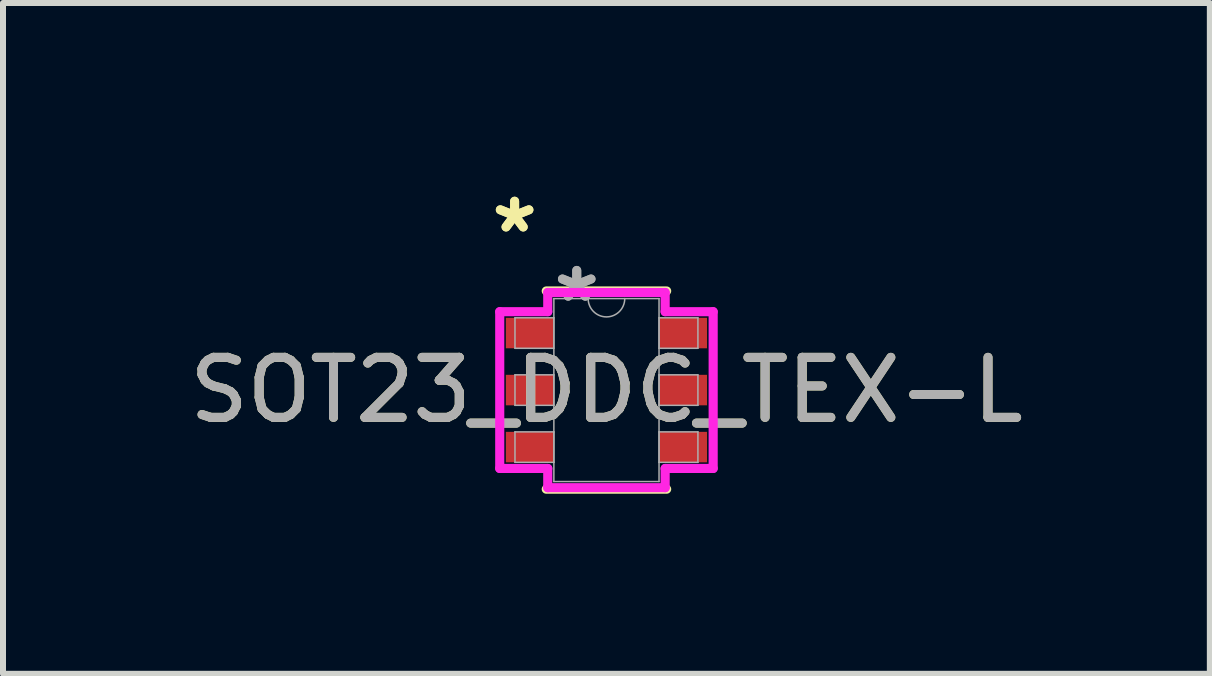
<source format=kicad_pcb>
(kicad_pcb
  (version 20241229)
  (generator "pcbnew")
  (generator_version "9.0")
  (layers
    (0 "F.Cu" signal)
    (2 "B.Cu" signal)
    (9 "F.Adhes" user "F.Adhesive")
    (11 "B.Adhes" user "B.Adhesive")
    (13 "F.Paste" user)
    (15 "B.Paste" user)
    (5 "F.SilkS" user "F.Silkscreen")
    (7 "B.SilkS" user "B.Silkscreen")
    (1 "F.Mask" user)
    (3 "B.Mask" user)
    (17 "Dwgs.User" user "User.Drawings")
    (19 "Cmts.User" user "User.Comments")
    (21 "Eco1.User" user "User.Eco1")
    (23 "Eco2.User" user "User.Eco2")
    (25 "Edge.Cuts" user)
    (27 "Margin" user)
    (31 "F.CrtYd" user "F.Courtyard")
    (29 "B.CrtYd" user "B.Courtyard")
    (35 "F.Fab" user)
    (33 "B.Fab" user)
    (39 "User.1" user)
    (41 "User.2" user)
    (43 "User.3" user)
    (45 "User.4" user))
  (footprint "SOT23_DDC_TEX-L"
    (layer "F.Cu")
    (at 7.054 3.449)
    (property "Reference" "SOT23_DDC_TEX-L" (at 0 0 0) (unlocked yes) (layer "F.SilkS") (effects (font (size 1 1) (thickness 0.15))))
    (attr smd)
    (fp_line (start -1.003 1.651) (end 1.003 1.651) (stroke (width 0.152) (type solid)) (layer "F.SilkS"))
    (fp_line (start 1.003 -1.651) (end -1.003 -1.651) (stroke (width 0.152) (type solid)) (layer "F.SilkS"))
    (fp_line (start -1.778 -1.306) (end -0.978 -1.306) (stroke (width 0.152) (type solid)) (layer "F.CrtYd"))
    (fp_line (start -1.778 1.306) (end -1.778 -1.306) (stroke (width 0.152) (type solid)) (layer "F.CrtYd"))
    (fp_line (start -1.778 1.306) (end -0.978 1.306) (stroke (width 0.152) (type solid)) (layer "F.CrtYd"))
    (fp_line (start -0.978 -1.626) (end 0.978 -1.626) (stroke (width 0.152) (type solid)) (layer "F.CrtYd"))
    (fp_line (start -0.978 -1.306) (end -0.978 -1.626) (stroke (width 0.152) (type solid)) (layer "F.CrtYd"))
    (fp_line (start -0.978 1.626) (end -0.978 1.306) (stroke (width 0.152) (type solid)) (layer "F.CrtYd"))
    (fp_line (start 0.978 -1.626) (end 0.978 -1.306) (stroke (width 0.152) (type solid)) (layer "F.CrtYd"))
    (fp_line (start 0.978 1.306) (end 0.978 1.626) (stroke (width 0.152) (type solid)) (layer "F.CrtYd"))
    (fp_line (start 0.978 1.626) (end -0.978 1.626) (stroke (width 0.152) (type solid)) (layer "F.CrtYd"))
    (fp_line (start 1.778 -1.306) (end 0.978 -1.306) (stroke (width 0.152) (type solid)) (layer "F.CrtYd"))
    (fp_line (start 1.778 -1.306) (end 1.778 1.306) (stroke (width 0.152) (type solid)) (layer "F.CrtYd"))
    (fp_line (start 1.778 1.306) (end 0.978 1.306) (stroke (width 0.152) (type solid)) (layer "F.CrtYd"))
    (fp_line (start -1.524 -1.204) (end -1.524 -0.696) (stroke (width 0.025) (type solid)) (layer "F.Fab"))
    (fp_line (start -1.524 -0.696) (end -0.876 -0.696) (stroke (width 0.025) (type solid)) (layer "F.Fab"))
    (fp_line (start -1.524 -0.254) (end -1.524 0.254) (stroke (width 0.025) (type solid)) (layer "F.Fab"))
    (fp_line (start -1.524 0.254) (end -0.876 0.254) (stroke (width 0.025) (type solid)) (layer "F.Fab"))
    (fp_line (start -1.524 0.696) (end -1.524 1.204) (stroke (width 0.025) (type solid)) (layer "F.Fab"))
    (fp_line (start -1.524 1.204) (end -0.876 1.204) (stroke (width 0.025) (type solid)) (layer "F.Fab"))
    (fp_line (start -0.876 -1.524) (end -0.876 1.524) (stroke (width 0.025) (type solid)) (layer "F.Fab"))
    (fp_line (start -0.876 -1.204) (end -1.524 -1.204) (stroke (width 0.025) (type solid)) (layer "F.Fab"))
    (fp_line (start -0.876 -0.696) (end -0.876 -1.204) (stroke (width 0.025) (type solid)) (layer "F.Fab"))
    (fp_line (start -0.876 -0.254) (end -1.524 -0.254) (stroke (width 0.025) (type solid)) (layer "F.Fab"))
    (fp_line (start -0.876 0.254) (end -0.876 -0.254) (stroke (width 0.025) (type solid)) (layer "F.Fab"))
    (fp_line (start -0.876 0.696) (end -1.524 0.696) (stroke (width 0.025) (type solid)) (layer "F.Fab"))
    (fp_line (start -0.876 1.204) (end -0.876 0.696) (stroke (width 0.025) (type solid)) (layer "F.Fab"))
    (fp_line (start -0.876 1.524) (end 0.876 1.524) (stroke (width 0.025) (type solid)) (layer "F.Fab"))
    (fp_line (start 0.876 -1.524) (end -0.876 -1.524) (stroke (width 0.025) (type solid)) (layer "F.Fab"))
    (fp_line (start 0.876 -1.204) (end 0.876 -0.696) (stroke (width 0.025) (type solid)) (layer "F.Fab"))
    (fp_line (start 0.876 -0.696) (end 1.524 -0.696) (stroke (width 0.025) (type solid)) (layer "F.Fab"))
    (fp_line (start 0.876 -0.254) (end 0.876 0.254) (stroke (width 0.025) (type solid)) (layer "F.Fab"))
    (fp_line (start 0.876 0.254) (end 1.524 0.254) (stroke (width 0.025) (type solid)) (layer "F.Fab"))
    (fp_line (start 0.876 0.696) (end 0.876 1.204) (stroke (width 0.025) (type solid)) (layer "F.Fab"))
    (fp_line (start 0.876 1.204) (end 1.524 1.204) (stroke (width 0.025) (type solid)) (layer "F.Fab"))
    (fp_line (start 0.876 1.524) (end 0.876 -1.524) (stroke (width 0.025) (type solid)) (layer "F.Fab"))
    (fp_line (start 1.524 -1.204) (end 0.876 -1.204) (stroke (width 0.025) (type solid)) (layer "F.Fab"))
    (fp_line (start 1.524 -0.696) (end 1.524 -1.204) (stroke (width 0.025) (type solid)) (layer "F.Fab"))
    (fp_line (start 1.524 -0.254) (end 0.876 -0.254) (stroke (width 0.025) (type solid)) (layer "F.Fab"))
    (fp_line (start 1.524 0.254) (end 1.524 -0.254) (stroke (width 0.025) (type solid)) (layer "F.Fab"))
    (fp_line (start 1.524 0.696) (end 0.876 0.696) (stroke (width 0.025) (type solid)) (layer "F.Fab"))
    (fp_line (start 1.524 1.204) (end 1.524 0.696) (stroke (width 0.025) (type solid)) (layer "F.Fab"))
    (fp_arc (start 0.3048 -1.524) (mid 0 -1.2192) (end -0.3048 -1.524) (stroke (width 0.0254) (type solid)) (layer "F.Fab"))
    (fp_text user "*" (at -1.53 -2.601 0) (unlocked yes) (layer "F.SilkS") (effects (font (size 1 1) (thickness 0.15))))
    (fp_text user "*" (at -1.53 -2.601 0) (layer "F.SilkS") (effects (font (size 1 1) (thickness 0.15))))
    (fp_text user "${REFERENCE}" (at 0 0 0) (unlocked yes) (layer "F.Fab") (effects (font (size 1 1) (thickness 0.15))))
    (fp_text user "*" (at -0.495 -1.448 0) (layer "F.Fab") (effects (font (size 1 1) (thickness 0.15))))
    (fp_text user "*" (at -0.495 -1.448 0) (unlocked yes) (layer "F.Fab") (effects (font (size 1 1) (thickness 0.15))))
    (pad "1" smd rect (at -1.276 -0.95) (size 0.8 0.508) (layers "F.Cu" "F.Mask" "F.Paste"))
    (pad "2" smd rect (at -1.276 0) (size 0.8 0.508) (layers "F.Cu" "F.Mask" "F.Paste"))
    (pad "3" smd rect (at -1.276 0.95) (size 0.8 0.508) (layers "F.Cu" "F.Mask" "F.Paste"))
    (pad "4" smd rect (at 1.276 0.95) (size 0.8 0.508) (layers "F.Cu" "F.Mask" "F.Paste"))
    (pad "5" smd rect (at 1.276 0) (size 0.8 0.508) (layers "F.Cu" "F.Mask" "F.Paste"))
    (pad "6" smd rect (at 1.276 -0.95) (size 0.8 0.508) (layers "F.Cu" "F.Mask" "F.Paste")))
  (gr_rect
    (start -3 -3)
    (end 17.107 8.176)
    (stroke (width 0.1) (type default))
    (fill no)
    (layer "Edge.Cuts")))
</source>
